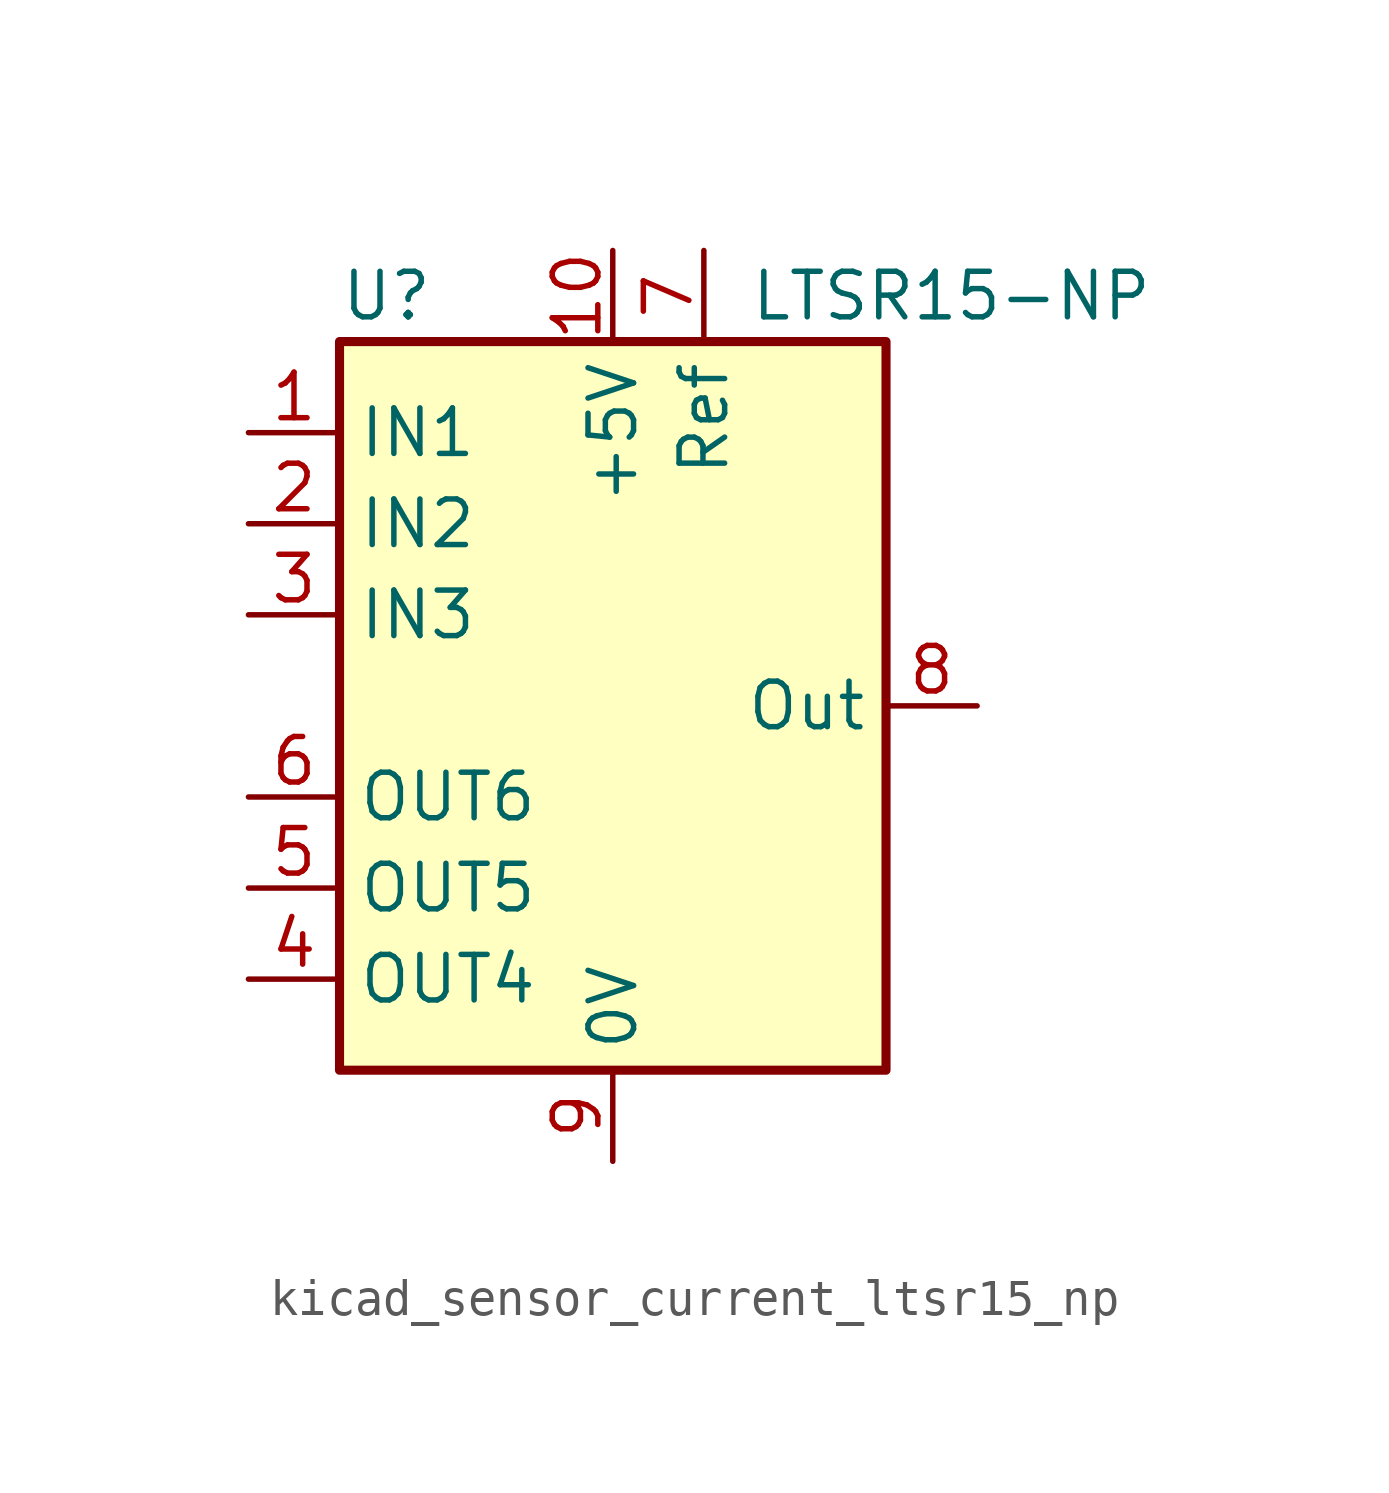
<source format=kicad_sym>
(kicad_symbol_lib
  (version 20220914)
  (generator kicad_symbol_editor)
  (symbol "kicad_sensor_current_ltsr15_np"
    (property "Reference" "U"
      (at -7.62 11.43 0)
      (effects (font (size 1.27 1.27)) (justify left)))
    (property "Value" "LTSR15-NP"
      (at 3.81 11.43 0)
      (effects (font (size 1.27 1.27)) (justify left)))
    (symbol "kicad_sensor_current_ltsr15_np_0_1"
      (rectangle (start -7.62 10.16) (end 7.62 -10.16) (stroke (width 0.254) (type default)) (fill (type background))))
    (symbol "kicad_sensor_current_ltsr15_np_1_1"
      (pin passive line (at -10.16 7.62 0) (length 2.54) (name "IN1" (effects (font (size 1.27 1.27)))) (number "1" (effects (font (size 1.27 1.27)))))
      (pin power_in line (at 0 12.7 270) (length 2.54) (name "+5V" (effects (font (size 1.27 1.27)))) (number "10" (effects (font (size 1.27 1.27)))))
      (pin passive line (at -10.16 5.08 0) (length 2.54) (name "IN2" (effects (font (size 1.27 1.27)))) (number "2" (effects (font (size 1.27 1.27)))))
      (pin passive line (at -10.16 2.54 0) (length 2.54) (name "IN3" (effects (font (size 1.27 1.27)))) (number "3" (effects (font (size 1.27 1.27)))))
      (pin passive line (at -10.16 -7.62 0) (length 2.54) (name "OUT4" (effects (font (size 1.27 1.27)))) (number "4" (effects (font (size 1.27 1.27)))))
      (pin passive line (at -10.16 -5.08 0) (length 2.54) (name "OUT5" (effects (font (size 1.27 1.27)))) (number "5" (effects (font (size 1.27 1.27)))))
      (pin passive line (at -10.16 -2.54 0) (length 2.54) (name "OUT6" (effects (font (size 1.27 1.27)))) (number "6" (effects (font (size 1.27 1.27)))))
      (pin passive line (at 2.54 12.7 270) (length 2.54) (name "Ref" (effects (font (size 1.27 1.27)))) (number "7" (effects (font (size 1.27 1.27)))))
      (pin output line (at 10.16 0 180) (length 2.54) (name "Out" (effects (font (size 1.27 1.27)))) (number "8" (effects (font (size 1.27 1.27)))))
      (pin power_in line (at 0 -12.7 90) (length 2.54) (name "0V" (effects (font (size 1.27 1.27)))) (number "9" (effects (font (size 1.27 1.27))))))))
</source>
